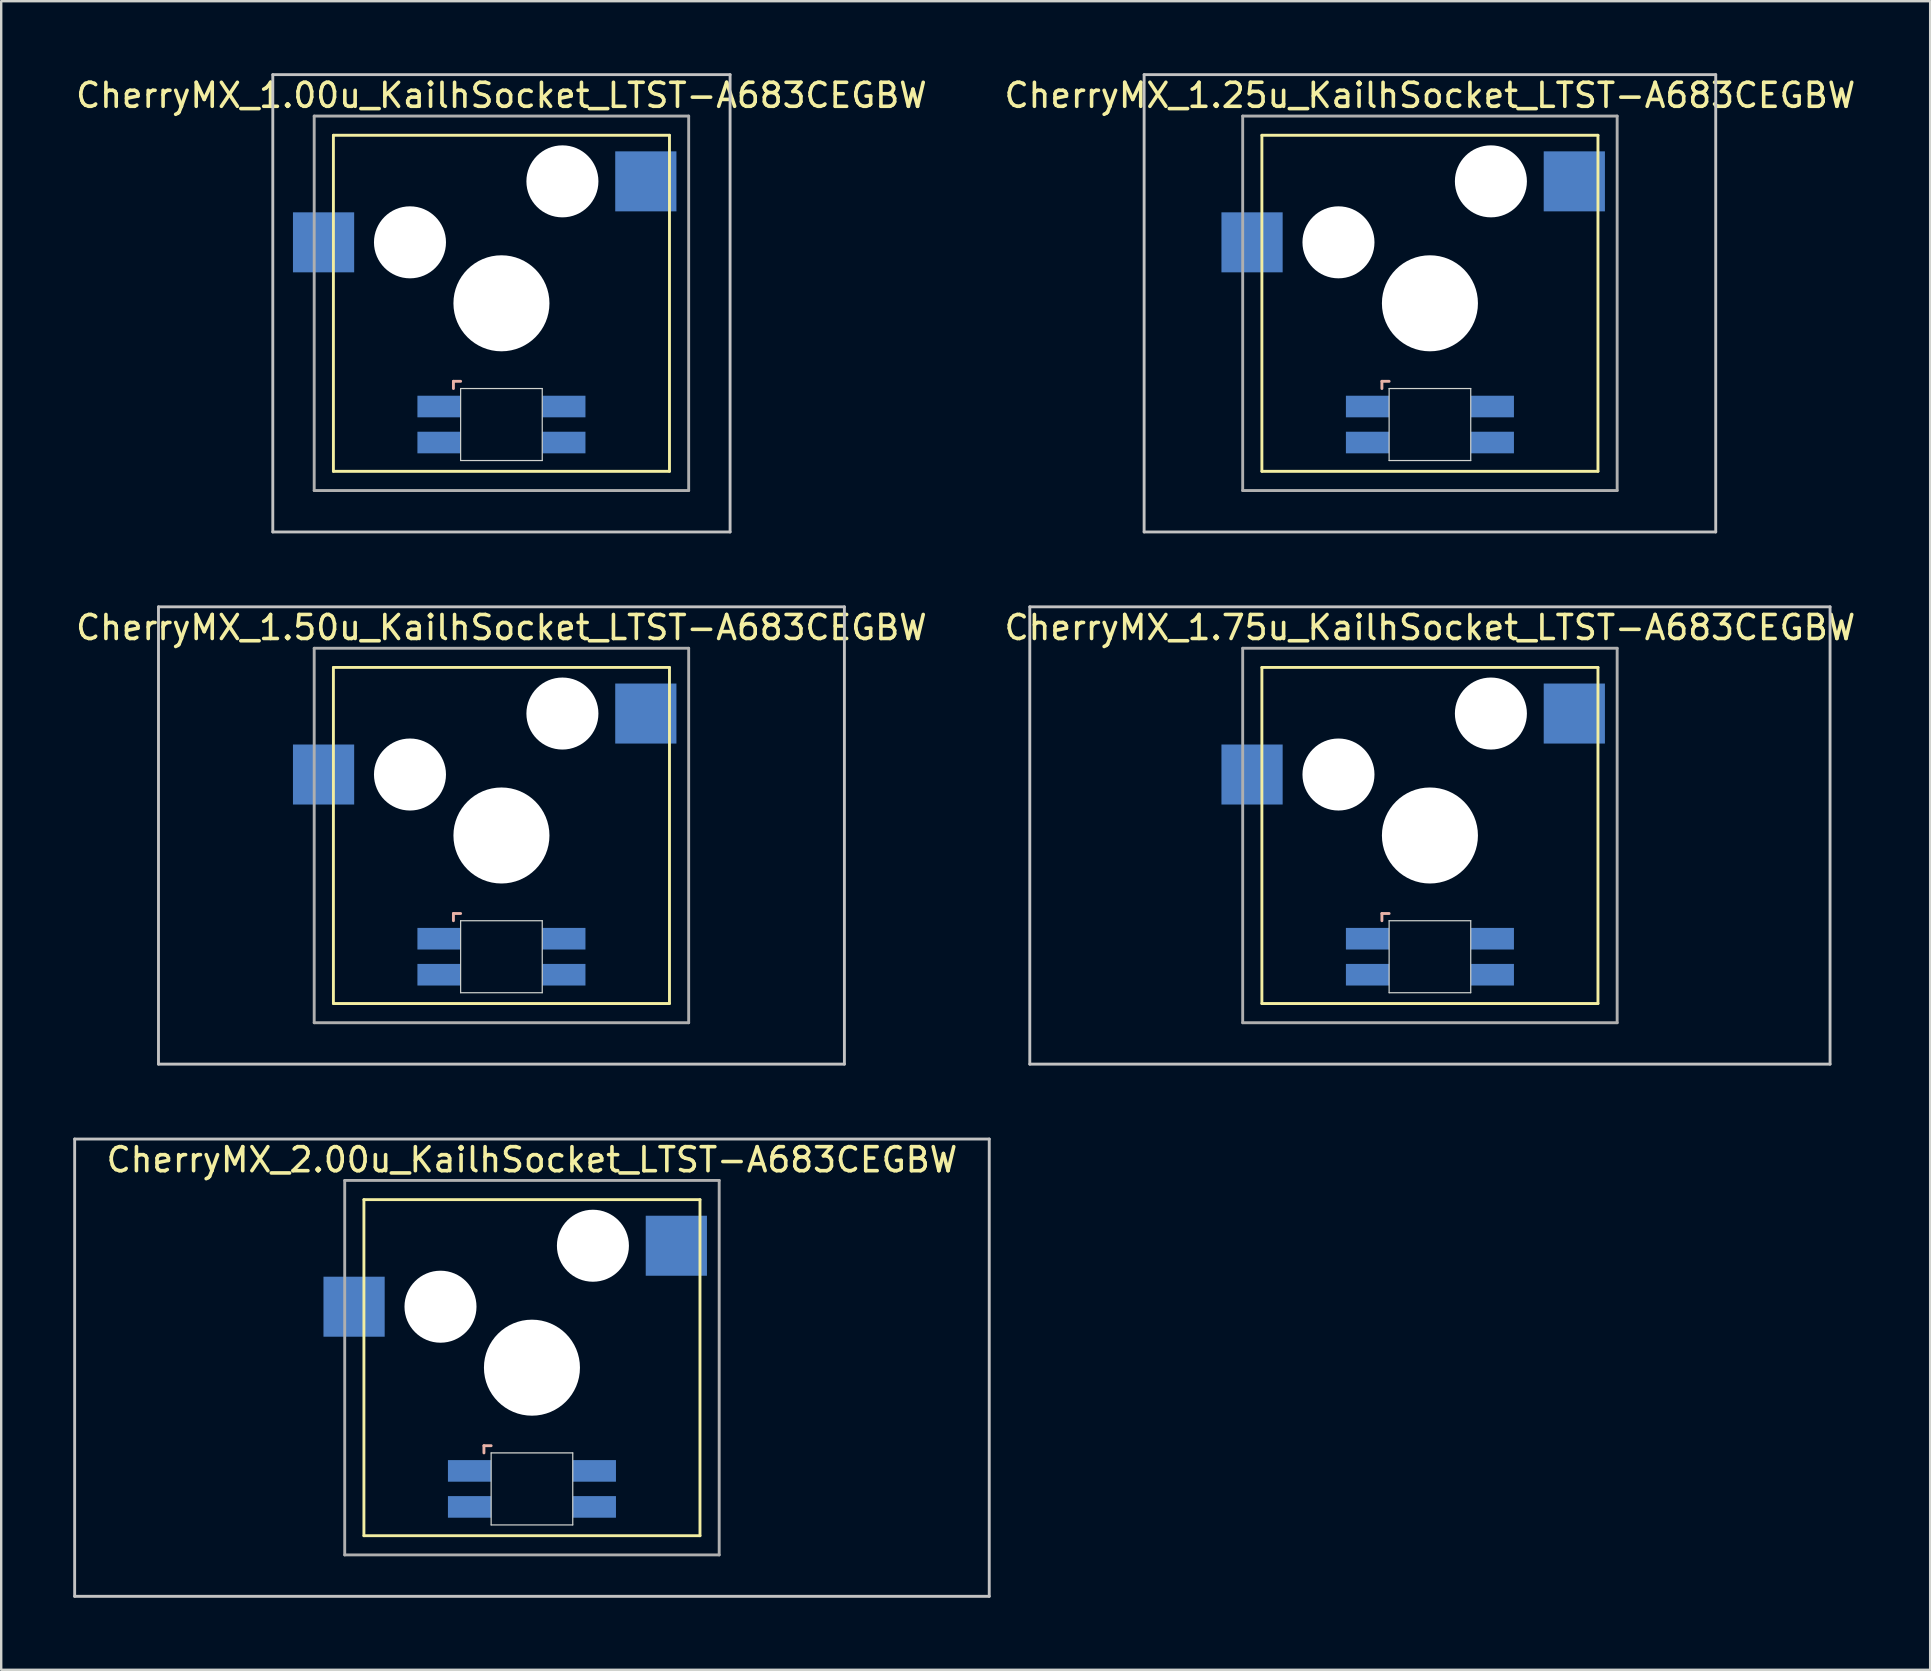
<source format=kicad_pcb>
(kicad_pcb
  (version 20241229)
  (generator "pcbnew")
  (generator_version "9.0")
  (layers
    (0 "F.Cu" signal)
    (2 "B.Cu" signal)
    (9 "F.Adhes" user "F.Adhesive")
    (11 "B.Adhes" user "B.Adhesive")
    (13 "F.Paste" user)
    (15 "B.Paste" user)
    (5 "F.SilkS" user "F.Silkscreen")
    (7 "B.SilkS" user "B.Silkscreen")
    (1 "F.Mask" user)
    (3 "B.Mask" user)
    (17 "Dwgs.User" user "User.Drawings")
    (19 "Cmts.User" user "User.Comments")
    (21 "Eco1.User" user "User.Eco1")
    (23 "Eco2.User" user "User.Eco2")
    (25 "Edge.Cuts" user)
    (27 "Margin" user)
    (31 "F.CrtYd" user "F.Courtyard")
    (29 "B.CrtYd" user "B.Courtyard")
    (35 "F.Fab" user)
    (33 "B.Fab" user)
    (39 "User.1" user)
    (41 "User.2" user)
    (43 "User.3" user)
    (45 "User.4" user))
  (footprint "CherryMX_2.00u_KailhSocket_LTST-A683CEGBW"
    (layer "F.Cu")
    (at 19.11 53.925)
    (property "Reference" "CherryMX_2.00u_KailhSocket_LTST-A683CEGBW" (at 0 -8.662 0) (layer "F.SilkS") (effects (font (size 1 1) (thickness 0.15))))
    (attr through_hole)
    (fp_line (start -7 -7) (end -7 7) (stroke (width 0.12) (type solid)) (layer "F.SilkS"))
    (fp_line (start -7 -7) (end 7 -7) (stroke (width 0.12) (type solid)) (layer "F.SilkS"))
    (fp_line (start 7 -7) (end 7 7) (stroke (width 0.12) (type solid)) (layer "F.SilkS"))
    (fp_line (start 7 7) (end -7 7) (stroke (width 0.12) (type solid)) (layer "F.SilkS"))
    (fp_line (start -2 3.25) (end -2 3.55) (stroke (width 0.12) (type solid)) (layer "B.SilkS"))
    (fp_line (start -1.7 3.25) (end -2 3.25) (stroke (width 0.12) (type solid)) (layer "B.SilkS"))
    (fp_line (start -19.05 -9.525) (end 19.05 -9.525) (stroke (width 0.12) (type solid)) (layer "Dwgs.User"))
    (fp_line (start -19.05 9.525) (end -19.05 -9.525) (stroke (width 0.12) (type solid)) (layer "Dwgs.User"))
    (fp_line (start 19.05 -9.525) (end 19.05 9.525) (stroke (width 0.12) (type solid)) (layer "Dwgs.User"))
    (fp_line (start 19.05 9.525) (end -19.05 9.525) (stroke (width 0.12) (type solid)) (layer "Dwgs.User"))
    (fp_line (start -1.7 3.55) (end 1.7 3.55) (stroke (width 0.05) (type solid)) (layer "Edge.Cuts"))
    (fp_line (start -1.7 6.55) (end -1.7 3.55) (stroke (width 0.05) (type solid)) (layer "Edge.Cuts"))
    (fp_line (start 1.7 3.55) (end 1.7 6.55) (stroke (width 0.05) (type solid)) (layer "Edge.Cuts"))
    (fp_line (start 1.7 6.55) (end -1.7 6.55) (stroke (width 0.05) (type solid)) (layer "Edge.Cuts"))
    (fp_line (start -7.8 -7.8) (end -7.8 7.8) (stroke (width 0.12) (type solid)) (layer "F.Fab"))
    (fp_line (start -7.8 -7.8) (end 7.8 -7.8) (stroke (width 0.12) (type solid)) (layer "F.Fab"))
    (fp_line (start -7.8 7.8) (end 7.8 7.8) (stroke (width 0.12) (type solid)) (layer "F.Fab"))
    (fp_line (start 7.8 -7.8) (end 7.8 7.8) (stroke (width 0.12) (type solid)) (layer "F.Fab"))
    (pad "" np_thru_hole circle (at -3.81 -2.54) (size 3 3) (drill 3) (layers "*.Cu" "*.Mask"))
    (pad "" np_thru_hole circle (at 0 0) (size 4 4) (drill 4) (layers "*.Cu" "*.Mask"))
    (pad "" np_thru_hole circle (at 2.54 -5.08) (size 3 3) (drill 3) (layers "*.Cu" "*.Mask"))
    (pad "1" smd rect (at -7.41 -2.54) (size 2.55 2.5) (layers "B.Cu" "B.Mask" "B.Paste"))
    (pad "2" smd rect (at 6.015 -5.08) (size 2.55 2.5) (layers "B.Cu" "B.Mask" "B.Paste"))
    (pad "3" smd rect (at -2.6 4.3) (size 1.8 0.9) (layers "B.Cu" "B.Mask" "B.Paste"))
    (pad "4" smd rect (at -2.6 5.8) (size 1.8 0.9) (layers "B.Cu" "B.Mask" "B.Paste"))
    (pad "5" smd rect (at 2.6 4.3) (size 1.8 0.9) (layers "B.Cu" "B.Mask" "B.Paste"))
    (pad "6" smd rect (at 2.6 5.8) (size 1.8 0.9) (layers "B.Cu" "B.Mask" "B.Paste")))
  (footprint "CherryMX_1.75u_KailhSocket_LTST-A683CEGBW"
    (layer "F.Cu")
    (at 56.518 31.755)
    (property "Reference" "CherryMX_1.75u_KailhSocket_LTST-A683CEGBW" (at 0 -8.662 0) (layer "F.SilkS") (effects (font (size 1 1) (thickness 0.15))))
    (attr through_hole)
    (fp_line (start -7 -7) (end -7 7) (stroke (width 0.12) (type solid)) (layer "F.SilkS"))
    (fp_line (start -7 -7) (end 7 -7) (stroke (width 0.12) (type solid)) (layer "F.SilkS"))
    (fp_line (start 7 -7) (end 7 7) (stroke (width 0.12) (type solid)) (layer "F.SilkS"))
    (fp_line (start 7 7) (end -7 7) (stroke (width 0.12) (type solid)) (layer "F.SilkS"))
    (fp_line (start -2 3.25) (end -2 3.55) (stroke (width 0.12) (type solid)) (layer "B.SilkS"))
    (fp_line (start -1.7 3.25) (end -2 3.25) (stroke (width 0.12) (type solid)) (layer "B.SilkS"))
    (fp_line (start -16.669 -9.525) (end 16.669 -9.525) (stroke (width 0.12) (type solid)) (layer "Dwgs.User"))
    (fp_line (start -16.669 9.525) (end -16.669 -9.525) (stroke (width 0.12) (type solid)) (layer "Dwgs.User"))
    (fp_line (start 16.669 -9.525) (end 16.669 9.525) (stroke (width 0.12) (type solid)) (layer "Dwgs.User"))
    (fp_line (start 16.669 9.525) (end -16.669 9.525) (stroke (width 0.12) (type solid)) (layer "Dwgs.User"))
    (fp_line (start -1.7 3.55) (end 1.7 3.55) (stroke (width 0.05) (type solid)) (layer "Edge.Cuts"))
    (fp_line (start -1.7 6.55) (end -1.7 3.55) (stroke (width 0.05) (type solid)) (layer "Edge.Cuts"))
    (fp_line (start 1.7 3.55) (end 1.7 6.55) (stroke (width 0.05) (type solid)) (layer "Edge.Cuts"))
    (fp_line (start 1.7 6.55) (end -1.7 6.55) (stroke (width 0.05) (type solid)) (layer "Edge.Cuts"))
    (fp_line (start -7.8 -7.8) (end -7.8 7.8) (stroke (width 0.12) (type solid)) (layer "F.Fab"))
    (fp_line (start -7.8 -7.8) (end 7.8 -7.8) (stroke (width 0.12) (type solid)) (layer "F.Fab"))
    (fp_line (start -7.8 7.8) (end 7.8 7.8) (stroke (width 0.12) (type solid)) (layer "F.Fab"))
    (fp_line (start 7.8 -7.8) (end 7.8 7.8) (stroke (width 0.12) (type solid)) (layer "F.Fab"))
    (pad "" np_thru_hole circle (at -3.81 -2.54) (size 3 3) (drill 3) (layers "*.Cu" "*.Mask"))
    (pad "" np_thru_hole circle (at 0 0) (size 4 4) (drill 4) (layers "*.Cu" "*.Mask"))
    (pad "" np_thru_hole circle (at 2.54 -5.08) (size 3 3) (drill 3) (layers "*.Cu" "*.Mask"))
    (pad "1" smd rect (at -7.41 -2.54) (size 2.55 2.5) (layers "B.Cu" "B.Mask" "B.Paste"))
    (pad "2" smd rect (at 6.015 -5.08) (size 2.55 2.5) (layers "B.Cu" "B.Mask" "B.Paste"))
    (pad "3" smd rect (at -2.6 4.3) (size 1.8 0.9) (layers "B.Cu" "B.Mask" "B.Paste"))
    (pad "4" smd rect (at -2.6 5.8) (size 1.8 0.9) (layers "B.Cu" "B.Mask" "B.Paste"))
    (pad "5" smd rect (at 2.6 4.3) (size 1.8 0.9) (layers "B.Cu" "B.Mask" "B.Paste"))
    (pad "6" smd rect (at 2.6 5.8) (size 1.8 0.9) (layers "B.Cu" "B.Mask" "B.Paste")))
  (footprint "CherryMX_1.00u_KailhSocket_LTST-A683CEGBW"
    (layer "F.Cu")
    (at 17.839 9.585)
    (property "Reference" "CherryMX_1.00u_KailhSocket_LTST-A683CEGBW" (at 0 -8.662 0) (layer "F.SilkS") (effects (font (size 1 1) (thickness 0.15))))
    (attr through_hole)
    (fp_line (start -7 -7) (end -7 7) (stroke (width 0.12) (type solid)) (layer "F.SilkS"))
    (fp_line (start -7 -7) (end 7 -7) (stroke (width 0.12) (type solid)) (layer "F.SilkS"))
    (fp_line (start 7 -7) (end 7 7) (stroke (width 0.12) (type solid)) (layer "F.SilkS"))
    (fp_line (start 7 7) (end -7 7) (stroke (width 0.12) (type solid)) (layer "F.SilkS"))
    (fp_line (start -2 3.25) (end -2 3.55) (stroke (width 0.12) (type solid)) (layer "B.SilkS"))
    (fp_line (start -1.7 3.25) (end -2 3.25) (stroke (width 0.12) (type solid)) (layer "B.SilkS"))
    (fp_line (start -9.525 -9.525) (end 9.525 -9.525) (stroke (width 0.12) (type solid)) (layer "Dwgs.User"))
    (fp_line (start -9.525 9.525) (end -9.525 -9.525) (stroke (width 0.12) (type solid)) (layer "Dwgs.User"))
    (fp_line (start 9.525 -9.525) (end 9.525 9.525) (stroke (width 0.12) (type solid)) (layer "Dwgs.User"))
    (fp_line (start 9.525 9.525) (end -9.525 9.525) (stroke (width 0.12) (type solid)) (layer "Dwgs.User"))
    (fp_line (start -1.7 3.55) (end 1.7 3.55) (stroke (width 0.05) (type solid)) (layer "Edge.Cuts"))
    (fp_line (start -1.7 6.55) (end -1.7 3.55) (stroke (width 0.05) (type solid)) (layer "Edge.Cuts"))
    (fp_line (start 1.7 3.55) (end 1.7 6.55) (stroke (width 0.05) (type solid)) (layer "Edge.Cuts"))
    (fp_line (start 1.7 6.55) (end -1.7 6.55) (stroke (width 0.05) (type solid)) (layer "Edge.Cuts"))
    (fp_line (start -7.8 -7.8) (end -7.8 7.8) (stroke (width 0.12) (type solid)) (layer "F.Fab"))
    (fp_line (start -7.8 -7.8) (end 7.8 -7.8) (stroke (width 0.12) (type solid)) (layer "F.Fab"))
    (fp_line (start -7.8 7.8) (end 7.8 7.8) (stroke (width 0.12) (type solid)) (layer "F.Fab"))
    (fp_line (start 7.8 -7.8) (end 7.8 7.8) (stroke (width 0.12) (type solid)) (layer "F.Fab"))
    (pad "" np_thru_hole circle (at -3.81 -2.54) (size 3 3) (drill 3) (layers "*.Cu" "*.Mask"))
    (pad "" np_thru_hole circle (at 0 0) (size 4 4) (drill 4) (layers "*.Cu" "*.Mask"))
    (pad "" np_thru_hole circle (at 2.54 -5.08) (size 3 3) (drill 3) (layers "*.Cu" "*.Mask"))
    (pad "1" smd rect (at -7.41 -2.54) (size 2.55 2.5) (layers "B.Cu" "B.Mask" "B.Paste"))
    (pad "2" smd rect (at 6.015 -5.08) (size 2.55 2.5) (layers "B.Cu" "B.Mask" "B.Paste"))
    (pad "3" smd rect (at -2.6 4.3) (size 1.8 0.9) (layers "B.Cu" "B.Mask" "B.Paste"))
    (pad "4" smd rect (at -2.6 5.8) (size 1.8 0.9) (layers "B.Cu" "B.Mask" "B.Paste"))
    (pad "5" smd rect (at 2.6 4.3) (size 1.8 0.9) (layers "B.Cu" "B.Mask" "B.Paste"))
    (pad "6" smd rect (at 2.6 5.8) (size 1.8 0.9) (layers "B.Cu" "B.Mask" "B.Paste")))
  (footprint "CherryMX_1.25u_KailhSocket_LTST-A683CEGBW"
    (layer "F.Cu")
    (at 56.518 9.585)
    (property "Reference" "CherryMX_1.25u_KailhSocket_LTST-A683CEGBW" (at 0 -8.662 0) (layer "F.SilkS") (effects (font (size 1 1) (thickness 0.15))))
    (attr through_hole)
    (fp_line (start -7 -7) (end -7 7) (stroke (width 0.12) (type solid)) (layer "F.SilkS"))
    (fp_line (start -7 -7) (end 7 -7) (stroke (width 0.12) (type solid)) (layer "F.SilkS"))
    (fp_line (start 7 -7) (end 7 7) (stroke (width 0.12) (type solid)) (layer "F.SilkS"))
    (fp_line (start 7 7) (end -7 7) (stroke (width 0.12) (type solid)) (layer "F.SilkS"))
    (fp_line (start -2 3.25) (end -2 3.55) (stroke (width 0.12) (type solid)) (layer "B.SilkS"))
    (fp_line (start -1.7 3.25) (end -2 3.25) (stroke (width 0.12) (type solid)) (layer "B.SilkS"))
    (fp_line (start -11.906 -9.525) (end 11.906 -9.525) (stroke (width 0.12) (type solid)) (layer "Dwgs.User"))
    (fp_line (start -11.906 9.525) (end -11.906 -9.525) (stroke (width 0.12) (type solid)) (layer "Dwgs.User"))
    (fp_line (start 11.906 -9.525) (end 11.906 9.525) (stroke (width 0.12) (type solid)) (layer "Dwgs.User"))
    (fp_line (start 11.906 9.525) (end -11.906 9.525) (stroke (width 0.12) (type solid)) (layer "Dwgs.User"))
    (fp_line (start -1.7 3.55) (end 1.7 3.55) (stroke (width 0.05) (type solid)) (layer "Edge.Cuts"))
    (fp_line (start -1.7 6.55) (end -1.7 3.55) (stroke (width 0.05) (type solid)) (layer "Edge.Cuts"))
    (fp_line (start 1.7 3.55) (end 1.7 6.55) (stroke (width 0.05) (type solid)) (layer "Edge.Cuts"))
    (fp_line (start 1.7 6.55) (end -1.7 6.55) (stroke (width 0.05) (type solid)) (layer "Edge.Cuts"))
    (fp_line (start -7.8 -7.8) (end -7.8 7.8) (stroke (width 0.12) (type solid)) (layer "F.Fab"))
    (fp_line (start -7.8 -7.8) (end 7.8 -7.8) (stroke (width 0.12) (type solid)) (layer "F.Fab"))
    (fp_line (start -7.8 7.8) (end 7.8 7.8) (stroke (width 0.12) (type solid)) (layer "F.Fab"))
    (fp_line (start 7.8 -7.8) (end 7.8 7.8) (stroke (width 0.12) (type solid)) (layer "F.Fab"))
    (pad "" np_thru_hole circle (at -3.81 -2.54) (size 3 3) (drill 3) (layers "*.Cu" "*.Mask"))
    (pad "" np_thru_hole circle (at 0 0) (size 4 4) (drill 4) (layers "*.Cu" "*.Mask"))
    (pad "" np_thru_hole circle (at 2.54 -5.08) (size 3 3) (drill 3) (layers "*.Cu" "*.Mask"))
    (pad "1" smd rect (at -7.41 -2.54) (size 2.55 2.5) (layers "B.Cu" "B.Mask" "B.Paste"))
    (pad "2" smd rect (at 6.015 -5.08) (size 2.55 2.5) (layers "B.Cu" "B.Mask" "B.Paste"))
    (pad "3" smd rect (at -2.6 4.3) (size 1.8 0.9) (layers "B.Cu" "B.Mask" "B.Paste"))
    (pad "4" smd rect (at -2.6 5.8) (size 1.8 0.9) (layers "B.Cu" "B.Mask" "B.Paste"))
    (pad "5" smd rect (at 2.6 4.3) (size 1.8 0.9) (layers "B.Cu" "B.Mask" "B.Paste"))
    (pad "6" smd rect (at 2.6 5.8) (size 1.8 0.9) (layers "B.Cu" "B.Mask" "B.Paste")))
  (footprint "CherryMX_1.50u_KailhSocket_LTST-A683CEGBW"
    (layer "F.Cu")
    (at 17.839 31.755)
    (property "Reference" "CherryMX_1.50u_KailhSocket_LTST-A683CEGBW" (at 0 -8.662 0) (layer "F.SilkS") (effects (font (size 1 1) (thickness 0.15))))
    (attr through_hole)
    (fp_line (start -7 -7) (end -7 7) (stroke (width 0.12) (type solid)) (layer "F.SilkS"))
    (fp_line (start -7 -7) (end 7 -7) (stroke (width 0.12) (type solid)) (layer "F.SilkS"))
    (fp_line (start 7 -7) (end 7 7) (stroke (width 0.12) (type solid)) (layer "F.SilkS"))
    (fp_line (start 7 7) (end -7 7) (stroke (width 0.12) (type solid)) (layer "F.SilkS"))
    (fp_line (start -2 3.25) (end -2 3.55) (stroke (width 0.12) (type solid)) (layer "B.SilkS"))
    (fp_line (start -1.7 3.25) (end -2 3.25) (stroke (width 0.12) (type solid)) (layer "B.SilkS"))
    (fp_line (start -14.287 -9.525) (end 14.287 -9.525) (stroke (width 0.12) (type solid)) (layer "Dwgs.User"))
    (fp_line (start -14.287 9.525) (end -14.287 -9.525) (stroke (width 0.12) (type solid)) (layer "Dwgs.User"))
    (fp_line (start 14.287 -9.525) (end 14.287 9.525) (stroke (width 0.12) (type solid)) (layer "Dwgs.User"))
    (fp_line (start 14.287 9.525) (end -14.287 9.525) (stroke (width 0.12) (type solid)) (layer "Dwgs.User"))
    (fp_line (start -1.7 3.55) (end 1.7 3.55) (stroke (width 0.05) (type solid)) (layer "Edge.Cuts"))
    (fp_line (start -1.7 6.55) (end -1.7 3.55) (stroke (width 0.05) (type solid)) (layer "Edge.Cuts"))
    (fp_line (start 1.7 3.55) (end 1.7 6.55) (stroke (width 0.05) (type solid)) (layer "Edge.Cuts"))
    (fp_line (start 1.7 6.55) (end -1.7 6.55) (stroke (width 0.05) (type solid)) (layer "Edge.Cuts"))
    (fp_line (start -7.8 -7.8) (end -7.8 7.8) (stroke (width 0.12) (type solid)) (layer "F.Fab"))
    (fp_line (start -7.8 -7.8) (end 7.8 -7.8) (stroke (width 0.12) (type solid)) (layer "F.Fab"))
    (fp_line (start -7.8 7.8) (end 7.8 7.8) (stroke (width 0.12) (type solid)) (layer "F.Fab"))
    (fp_line (start 7.8 -7.8) (end 7.8 7.8) (stroke (width 0.12) (type solid)) (layer "F.Fab"))
    (pad "" np_thru_hole circle (at -3.81 -2.54) (size 3 3) (drill 3) (layers "*.Cu" "*.Mask"))
    (pad "" np_thru_hole circle (at 0 0) (size 4 4) (drill 4) (layers "*.Cu" "*.Mask"))
    (pad "" np_thru_hole circle (at 2.54 -5.08) (size 3 3) (drill 3) (layers "*.Cu" "*.Mask"))
    (pad "1" smd rect (at -7.41 -2.54) (size 2.55 2.5) (layers "B.Cu" "B.Mask" "B.Paste"))
    (pad "2" smd rect (at 6.015 -5.08) (size 2.55 2.5) (layers "B.Cu" "B.Mask" "B.Paste"))
    (pad "3" smd rect (at -2.6 4.3) (size 1.8 0.9) (layers "B.Cu" "B.Mask" "B.Paste"))
    (pad "4" smd rect (at -2.6 5.8) (size 1.8 0.9) (layers "B.Cu" "B.Mask" "B.Paste"))
    (pad "5" smd rect (at 2.6 4.3) (size 1.8 0.9) (layers "B.Cu" "B.Mask" "B.Paste"))
    (pad "6" smd rect (at 2.6 5.8) (size 1.8 0.9) (layers "B.Cu" "B.Mask" "B.Paste")))
  (gr_rect
    (start -3 -3)
    (end 77.357 66.51)
    (stroke (width 0.1) (type default))
    (fill no)
    (layer "Edge.Cuts")))
</source>
